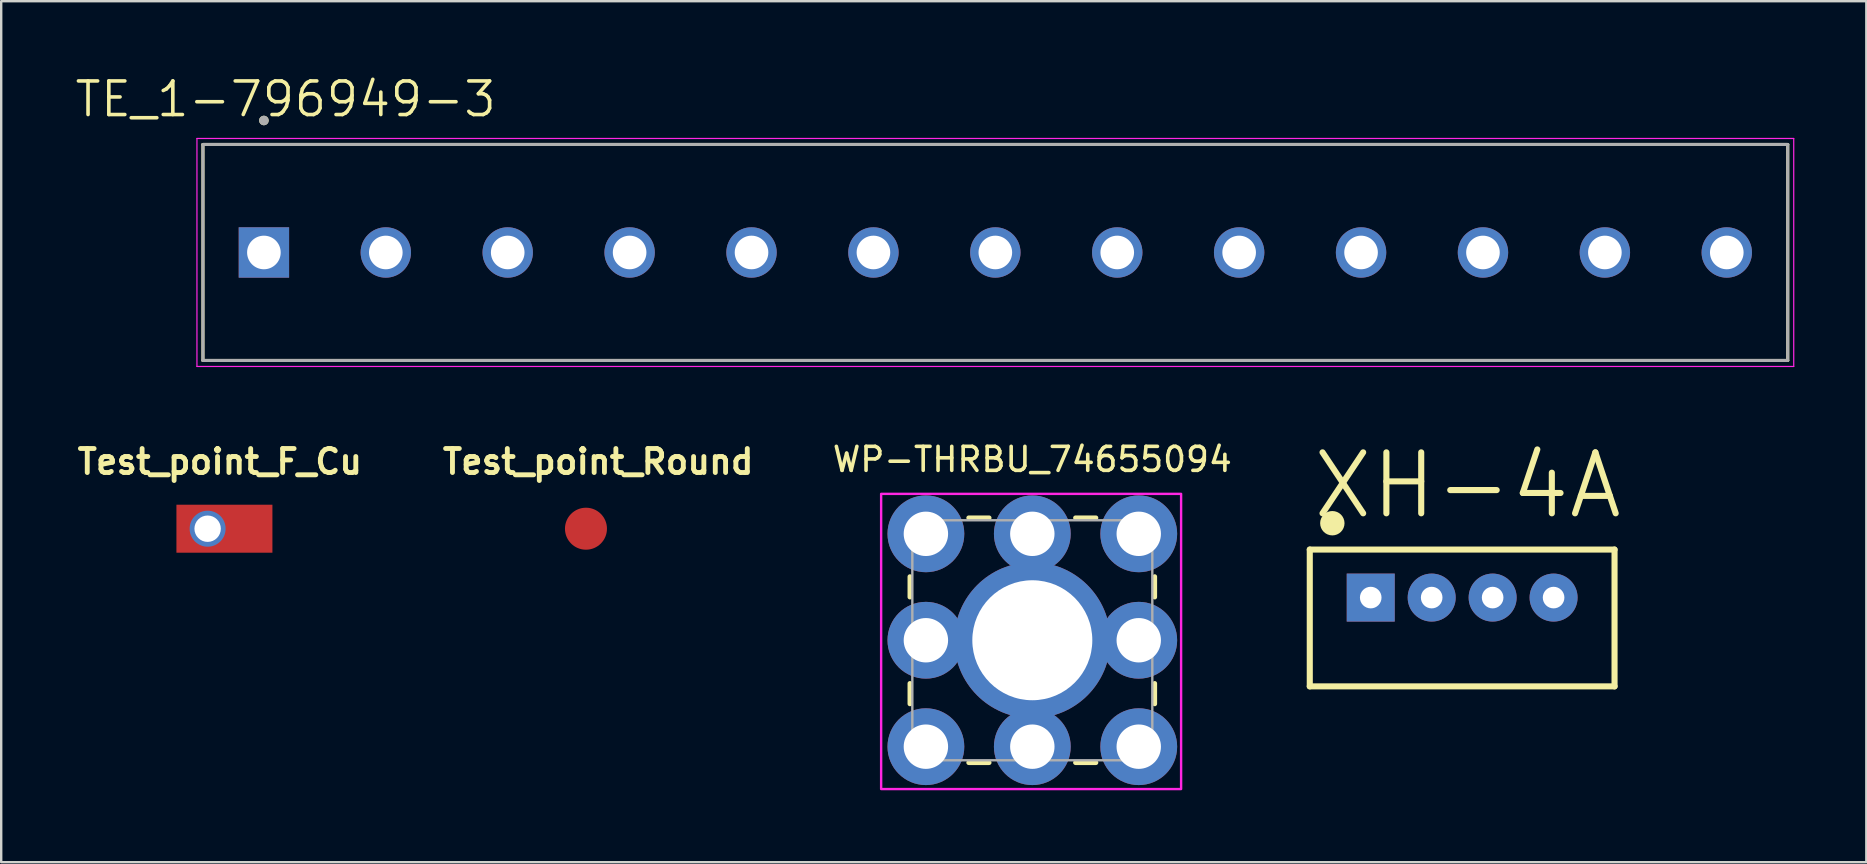
<source format=kicad_pcb>
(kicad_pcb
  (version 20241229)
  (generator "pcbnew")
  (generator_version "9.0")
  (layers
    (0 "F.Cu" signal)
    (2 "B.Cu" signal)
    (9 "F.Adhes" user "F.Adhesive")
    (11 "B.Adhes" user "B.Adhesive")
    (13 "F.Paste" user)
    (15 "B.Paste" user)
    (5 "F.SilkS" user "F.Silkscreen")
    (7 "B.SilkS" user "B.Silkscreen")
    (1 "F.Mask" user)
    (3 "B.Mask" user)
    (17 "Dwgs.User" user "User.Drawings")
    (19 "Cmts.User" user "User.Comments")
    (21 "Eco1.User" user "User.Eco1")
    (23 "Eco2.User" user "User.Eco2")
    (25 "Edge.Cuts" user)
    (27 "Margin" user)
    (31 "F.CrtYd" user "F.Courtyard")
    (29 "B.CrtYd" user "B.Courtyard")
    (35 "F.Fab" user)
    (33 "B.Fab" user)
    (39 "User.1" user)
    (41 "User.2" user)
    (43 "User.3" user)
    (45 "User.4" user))
  (footprint "WP-THRBU_74655094"
    (layer "F.Cu")
    (at 39.968 23.63)
    (property "Reference" "WP-THRBU_74655094" (at 0 -7.535 0) (layer "F.SilkS") (effects (font (size 1 1) (thickness 0.15))))
    (attr through_hole)
    (fp_line (start -5.1 -1.8) (end -5.1 -2.65) (stroke (width 0.2) (type solid)) (layer "F.SilkS"))
    (fp_line (start -5.1 2.65) (end -5.1 1.8) (stroke (width 0.2) (type solid)) (layer "F.SilkS"))
    (fp_line (start -2.65 -5.1) (end -1.8 -5.1) (stroke (width 0.2) (type solid)) (layer "F.SilkS"))
    (fp_line (start -1.8 5.1) (end -2.65 5.1) (stroke (width 0.2) (type solid)) (layer "F.SilkS"))
    (fp_line (start 1.8 -5.1) (end 2.65 -5.1) (stroke (width 0.2) (type solid)) (layer "F.SilkS"))
    (fp_line (start 2.65 5.1) (end 1.8 5.1) (stroke (width 0.2) (type solid)) (layer "F.SilkS"))
    (fp_line (start 5.1 -2.65) (end 5.1 -1.8) (stroke (width 0.2) (type solid)) (layer "F.SilkS"))
    (fp_line (start 5.1 1.8) (end 5.1 2.65) (stroke (width 0.2) (type solid)) (layer "F.SilkS"))
    (fp_circle (center -4.435 -4.435) (end -3.685 -4.435) (stroke (width 1.6) (type solid)) (fill no) (layer "F.Paste"))
    (fp_circle (center -4.435 0) (end -3.685 0) (stroke (width 1.6) (type solid)) (fill no) (layer "F.Paste"))
    (fp_circle (center -4.435 4.435) (end -3.685 4.435) (stroke (width 1.6) (type solid)) (fill no) (layer "F.Paste"))
    (fp_circle (center 0 -4.435) (end 0.75 -4.435) (stroke (width 1.6) (type solid)) (fill no) (layer "F.Paste"))
    (fp_circle (center 0 4.435) (end 0.75 4.435) (stroke (width 1.6) (type solid)) (fill no) (layer "F.Paste"))
    (fp_circle (center 4.435 -4.435) (end 5.185 -4.435) (stroke (width 1.6) (type solid)) (fill no) (layer "F.Paste"))
    (fp_circle (center 4.435 0) (end 5.185 0) (stroke (width 1.6) (type solid)) (fill no) (layer "F.Paste"))
    (fp_circle (center 4.435 4.435) (end 5.185 4.435) (stroke (width 1.6) (type solid)) (fill no) (layer "F.Paste"))
    (fp_poly (pts (xy -6.3 -6.1) (xy 6.2 -6.1) (xy 6.2 6.2) (xy -6.3 6.2)) (stroke (width 0.1) (type solid)) (fill no) (layer "F.CrtYd"))
    (fp_line (start -5 -5) (end 5 -5) (stroke (width 0.1) (type solid)) (layer "F.Fab"))
    (fp_line (start -5 5) (end -5 -5) (stroke (width 0.1) (type solid)) (layer "F.Fab"))
    (fp_line (start 5 -5) (end 5 5) (stroke (width 0.1) (type solid)) (layer "F.Fab"))
    (fp_line (start 5 5) (end -5 5) (stroke (width 0.1) (type solid)) (layer "F.Fab"))
    (pad "1" thru_hole circle (at -4.435 -4.435) (size 3.2 3.2) (drill 1.85) (layers "*.Cu" "*.Mask"))
    (pad "1" thru_hole circle (at -4.435 0) (size 3.2 3.2) (drill 1.85) (layers "*.Cu" "*.Mask"))
    (pad "1" thru_hole circle (at -4.435 4.435) (size 3.2 3.2) (drill 1.85) (layers "*.Cu" "*.Mask"))
    (pad "1" thru_hole circle (at 0 -4.435) (size 3.2 3.2) (drill 1.85) (layers "*.Cu" "*.Mask"))
    (pad "1" thru_hole circle (at 0 0) (size 6.5 6.5) (drill 5) (layers "*.Cu" "*.Mask"))
    (pad "1" thru_hole circle (at 0 4.435) (size 3.2 3.2) (drill 1.85) (layers "*.Cu" "*.Mask"))
    (pad "1" thru_hole circle (at 4.435 -4.435) (size 3.2 3.2) (drill 1.85) (layers "*.Cu" "*.Mask"))
    (pad "1" thru_hole circle (at 4.435 0) (size 3.2 3.2) (drill 1.85) (layers "*.Cu" "*.Mask"))
    (pad "1" thru_hole circle (at 4.435 4.435) (size 3.2 3.2) (drill 1.85) (layers "*.Cu" "*.Mask")))
  (footprint "TE_1-796949-3"
    (layer "F.Cu")
    (at 38.427 7.471)
    (property "Reference" "TE_1-796949-3" (at -29.575 -6.389 0) (layer "F.SilkS") (effects (font (size 1.4 1.4) (thickness 0.15))))
    (attr through_hole)
    (fp_line (start -33.02 -4.5) (end 33.02 -4.5) (stroke (width 0.127) (type solid)) (layer "F.SilkS"))
    (fp_line (start -33.02 4.5) (end -33.02 -4.5) (stroke (width 0.127) (type solid)) (layer "F.SilkS"))
    (fp_line (start 33.02 -4.5) (end 33.02 4.5) (stroke (width 0.127) (type solid)) (layer "F.SilkS"))
    (fp_line (start 33.02 4.5) (end -33.02 4.5) (stroke (width 0.127) (type solid)) (layer "F.SilkS"))
    (fp_circle (center -30.48 -5.5) (end -30.38 -5.5) (stroke (width 0.2) (type solid)) (fill no) (layer "F.SilkS"))
    (fp_line (start -33.27 -4.75) (end 33.27 -4.75) (stroke (width 0.05) (type solid)) (layer "F.CrtYd"))
    (fp_line (start -33.27 4.75) (end -33.27 -4.75) (stroke (width 0.05) (type solid)) (layer "F.CrtYd"))
    (fp_line (start 33.27 -4.75) (end 33.27 4.75) (stroke (width 0.05) (type solid)) (layer "F.CrtYd"))
    (fp_line (start 33.27 4.75) (end -33.27 4.75) (stroke (width 0.05) (type solid)) (layer "F.CrtYd"))
    (fp_line (start -33.02 -4.5) (end 33.02 -4.5) (stroke (width 0.127) (type solid)) (layer "F.Fab"))
    (fp_line (start -33.02 4.5) (end -33.02 -4.5) (stroke (width 0.127) (type solid)) (layer "F.Fab"))
    (fp_line (start 33.02 -4.5) (end 33.02 4.5) (stroke (width 0.127) (type solid)) (layer "F.Fab"))
    (fp_line (start 33.02 4.5) (end -33.02 4.5) (stroke (width 0.127) (type solid)) (layer "F.Fab"))
    (fp_circle (center -30.48 -5.5) (end -30.38 -5.5) (stroke (width 0.2) (type solid)) (fill no) (layer "F.Fab"))
    (pad "1" thru_hole rect (at -30.48 0) (size 2.1 2.1) (drill 1.4) (layers "*.Cu" "*.Mask"))
    (pad "2" thru_hole circle (at -25.4 0) (size 2.1 2.1) (drill 1.4) (layers "*.Cu" "*.Mask"))
    (pad "3" thru_hole circle (at -20.32 0) (size 2.1 2.1) (drill 1.4) (layers "*.Cu" "*.Mask"))
    (pad "4" thru_hole circle (at -15.24 0) (size 2.1 2.1) (drill 1.4) (layers "*.Cu" "*.Mask"))
    (pad "5" thru_hole circle (at -10.16 0) (size 2.1 2.1) (drill 1.4) (layers "*.Cu" "*.Mask"))
    (pad "6" thru_hole circle (at -5.08 0) (size 2.1 2.1) (drill 1.4) (layers "*.Cu" "*.Mask"))
    (pad "7" thru_hole circle (at 0 0) (size 2.1 2.1) (drill 1.4) (layers "*.Cu" "*.Mask"))
    (pad "8" thru_hole circle (at 5.08 0) (size 2.1 2.1) (drill 1.4) (layers "*.Cu" "*.Mask"))
    (pad "9" thru_hole circle (at 10.16 0) (size 2.1 2.1) (drill 1.4) (layers "*.Cu" "*.Mask"))
    (pad "10" thru_hole circle (at 15.24 0) (size 2.1 2.1) (drill 1.4) (layers "*.Cu" "*.Mask"))
    (pad "11" thru_hole circle (at 20.32 0) (size 2.1 2.1) (drill 1.4) (layers "*.Cu" "*.Mask"))
    (pad "12" thru_hole circle (at 25.4 0) (size 2.1 2.1) (drill 1.4) (layers "*.Cu" "*.Mask"))
    (pad "13" thru_hole circle (at 30.48 0) (size 2.1 2.1) (drill 1.4) (layers "*.Cu" "*.Mask")))
  (footprint "Test_point_Round"
    (layer "F.Cu")
    (at 21.368 18.982)
    (property "Reference" "Test_point_Round" (at 0.508 -2.794 0) (layer "F.SilkS") (effects (font (size 1 1) (thickness 0.203))))
    (attr smd)
    (pad "1" smd circle (at 0 0) (size 1.75 1.75) (layers "F.Cu" "F.Mask" "F.Paste")))
  (footprint "XH-4A"
    (layer "F.Cu")
    (at 54.07 21.852)
    (property "Reference" "XH-4A" (at 4.039 -4.674 0) (layer "F.SilkS") (effects (font (size 2.54 2.54) (thickness 0.254))))
    (attr through_hole)
    (fp_line (start -2.54 -2) (end -2.54 3.7) (stroke (width 0.254) (type solid)) (layer "F.SilkS"))
    (fp_line (start -2.54 3.7) (end 10.16 3.7) (stroke (width 0.254) (type solid)) (layer "F.SilkS"))
    (fp_line (start 10.16 -2) (end -2.54 -2) (stroke (width 0.254) (type solid)) (layer "F.SilkS"))
    (fp_line (start 10.16 3.7) (end 10.16 -2) (stroke (width 0.254) (type solid)) (layer "F.SilkS"))
    (fp_circle (center -1.6 -3.099) (end -1.346 -3.099) (stroke (width 0.508) (type solid)) (fill no) (layer "F.SilkS"))
    (pad "1" thru_hole rect (at 0 0) (size 2 2) (drill 0.9) (layers "*.Cu" "*.Mask"))
    (pad "2" thru_hole circle (at 2.54 0) (size 2 2) (drill 0.9) (layers "*.Cu" "*.Mask"))
    (pad "3" thru_hole circle (at 5.08 0) (size 2 2) (drill 0.9) (layers "*.Cu" "*.Mask"))
    (pad "4" thru_hole circle (at 7.62 0) (size 2 2) (drill 0.9) (layers "*.Cu" "*.Mask")))
  (footprint "Test_point_F_Cu"
    (layer "F.Cu")
    (at 5.602 18.982)
    (property "Reference" "Test_point_F_Cu" (at 0.508 -2.794 0) (layer "F.SilkS") (effects (font (size 1 1) (thickness 0.203))))
    (attr through_hole)
    (pad "1" thru_hole circle (at 0 0) (size 1.5 1.5) (drill 1.1) (layers "*.Cu" "*.Mask"))
    (pad "1" smd rect (at 0.7 0) (size 4 2) (layers "F.Cu" "F.Mask")))
  (gr_rect
    (start -3 -3)
    (end 74.722 32.88)
    (stroke (width 0.1) (type default))
    (fill no)
    (layer "Edge.Cuts")))
</source>
